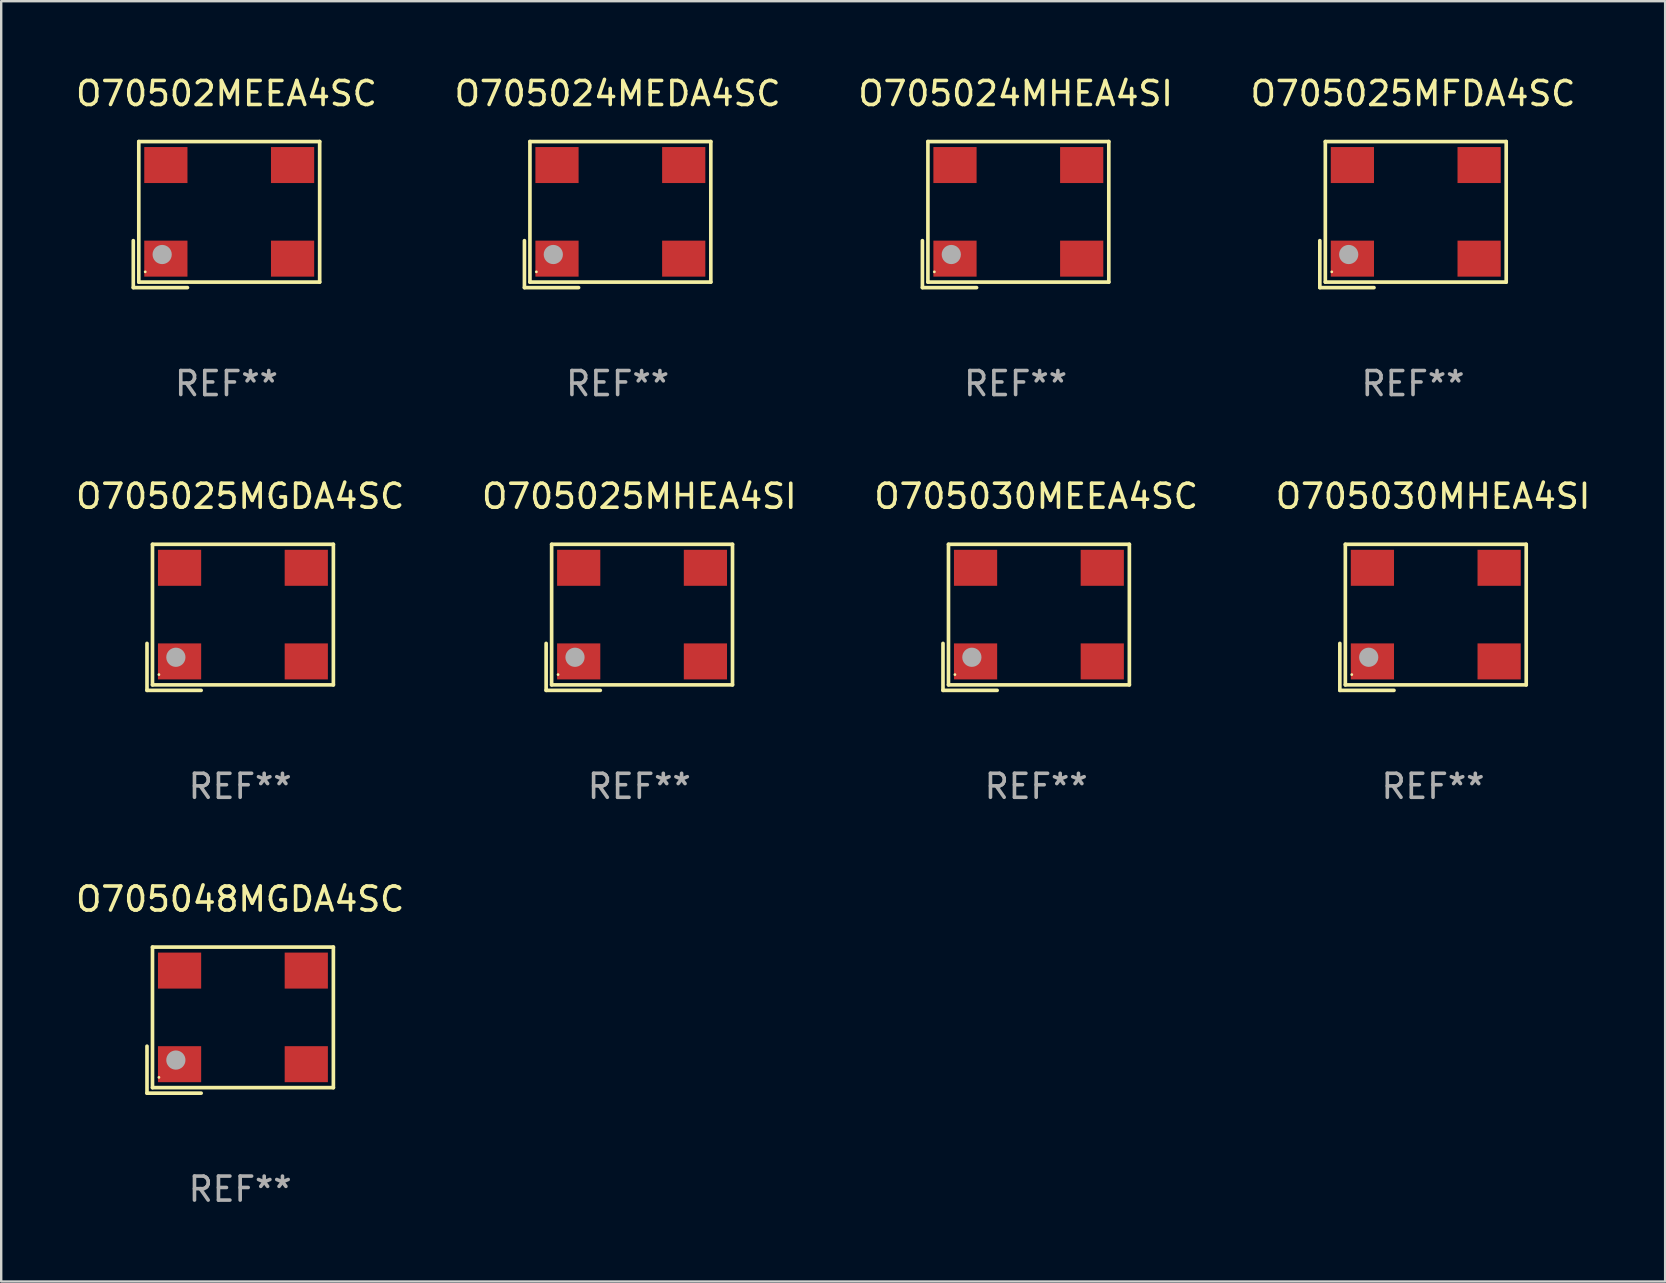
<source format=kicad_pcb>
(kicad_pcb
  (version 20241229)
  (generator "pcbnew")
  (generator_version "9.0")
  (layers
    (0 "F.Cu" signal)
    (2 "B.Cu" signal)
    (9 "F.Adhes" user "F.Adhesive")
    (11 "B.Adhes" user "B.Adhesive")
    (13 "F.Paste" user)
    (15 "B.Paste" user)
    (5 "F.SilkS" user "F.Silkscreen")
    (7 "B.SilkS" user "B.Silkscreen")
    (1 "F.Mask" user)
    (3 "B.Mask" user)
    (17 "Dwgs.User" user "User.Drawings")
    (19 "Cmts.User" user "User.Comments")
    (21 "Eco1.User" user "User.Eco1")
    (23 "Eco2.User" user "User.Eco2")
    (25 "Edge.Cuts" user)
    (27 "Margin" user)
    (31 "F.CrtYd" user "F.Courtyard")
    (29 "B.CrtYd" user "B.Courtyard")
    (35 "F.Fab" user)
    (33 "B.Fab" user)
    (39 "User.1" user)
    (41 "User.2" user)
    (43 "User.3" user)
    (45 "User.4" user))
  (footprint "O705024MEDA4SC"
    (layer "F.Cu")
    (at 22.685 5.891)
    (property "Reference" "O705024MEDA4SC" (at 0 -5.043 0) (layer "F.SilkS") (effects (font (size 1 1) (thickness 0.15))))
    (attr through_hole)
    (fp_line (start -3.883 1.086) (end -3.883 3.043) (stroke (width 0.152) (type solid)) (layer "F.SilkS"))
    (fp_line (start -3.883 3.043) (end -1.626 3.043) (stroke (width 0.152) (type solid)) (layer "F.SilkS"))
    (fp_line (start -3.654 -3.043) (end 3.883 -3.043) (stroke (width 0.152) (type solid)) (layer "F.SilkS"))
    (fp_line (start -3.654 2.814) (end -3.654 -3.043) (stroke (width 0.152) (type solid)) (layer "F.SilkS"))
    (fp_line (start 3.883 -3.043) (end 3.883 2.814) (stroke (width 0.152) (type solid)) (layer "F.SilkS"))
    (fp_line (start 3.883 2.814) (end -3.654 2.814) (stroke (width 0.152) (type solid)) (layer "F.SilkS"))
    (fp_circle (center -3.386 2.386) (end -3.356 2.386) (stroke (width 0.06) (type solid)) (fill no) (layer "F.SilkS"))
    (fp_circle (center -2.68 1.664) (end -2.48 1.664) (stroke (width 0.4) (type solid)) (fill no) (layer "F.Fab"))
    (fp_text user "REF**" (at 0 7.043 0) (layer "F.Fab") (effects (font (size 1 1) (thickness 0.15))))
    (pad "1" smd rect (at -2.526 1.836) (size 1.8 1.5) (layers "F.Cu" "F.Mask" "F.Paste"))
    (pad "2" smd rect (at 2.754 1.836) (size 1.8 1.5) (layers "F.Cu" "F.Mask" "F.Paste"))
    (pad "3" smd rect (at 2.754 -2.064) (size 1.8 1.5) (layers "F.Cu" "F.Mask" "F.Paste"))
    (pad "4" smd rect (at -2.526 -2.064) (size 1.8 1.5) (layers "F.Cu" "F.Mask" "F.Paste")))
  (footprint "O705030MEEA4SC"
    (layer "F.Cu")
    (at 40.125 22.673)
    (property "Reference" "O705030MEEA4SC" (at 0 -5.043 0) (layer "F.SilkS") (effects (font (size 1 1) (thickness 0.15))))
    (attr through_hole)
    (fp_line (start -3.883 1.086) (end -3.883 3.043) (stroke (width 0.152) (type solid)) (layer "F.SilkS"))
    (fp_line (start -3.883 3.043) (end -1.626 3.043) (stroke (width 0.152) (type solid)) (layer "F.SilkS"))
    (fp_line (start -3.654 -3.043) (end 3.883 -3.043) (stroke (width 0.152) (type solid)) (layer "F.SilkS"))
    (fp_line (start -3.654 2.814) (end -3.654 -3.043) (stroke (width 0.152) (type solid)) (layer "F.SilkS"))
    (fp_line (start 3.883 -3.043) (end 3.883 2.814) (stroke (width 0.152) (type solid)) (layer "F.SilkS"))
    (fp_line (start 3.883 2.814) (end -3.654 2.814) (stroke (width 0.152) (type solid)) (layer "F.SilkS"))
    (fp_circle (center -3.386 2.386) (end -3.356 2.386) (stroke (width 0.06) (type solid)) (fill no) (layer "F.SilkS"))
    (fp_circle (center -2.68 1.664) (end -2.48 1.664) (stroke (width 0.4) (type solid)) (fill no) (layer "F.Fab"))
    (fp_text user "REF**" (at 0 7.043 0) (layer "F.Fab") (effects (font (size 1 1) (thickness 0.15))))
    (pad "1" smd rect (at -2.526 1.836) (size 1.8 1.5) (layers "F.Cu" "F.Mask" "F.Paste"))
    (pad "2" smd rect (at 2.754 1.836) (size 1.8 1.5) (layers "F.Cu" "F.Mask" "F.Paste"))
    (pad "3" smd rect (at 2.754 -2.064) (size 1.8 1.5) (layers "F.Cu" "F.Mask" "F.Paste"))
    (pad "4" smd rect (at -2.526 -2.064) (size 1.8 1.5) (layers "F.Cu" "F.Mask" "F.Paste")))
  (footprint "O70502MEEA4SC"
    (layer "F.Cu")
    (at 6.387 5.891)
    (property "Reference" "O70502MEEA4SC" (at 0 -5.043 0) (layer "F.SilkS") (effects (font (size 1 1) (thickness 0.15))))
    (attr through_hole)
    (fp_line (start -3.883 1.086) (end -3.883 3.043) (stroke (width 0.152) (type solid)) (layer "F.SilkS"))
    (fp_line (start -3.883 3.043) (end -1.626 3.043) (stroke (width 0.152) (type solid)) (layer "F.SilkS"))
    (fp_line (start -3.654 -3.043) (end 3.883 -3.043) (stroke (width 0.152) (type solid)) (layer "F.SilkS"))
    (fp_line (start -3.654 2.814) (end -3.654 -3.043) (stroke (width 0.152) (type solid)) (layer "F.SilkS"))
    (fp_line (start 3.883 -3.043) (end 3.883 2.814) (stroke (width 0.152) (type solid)) (layer "F.SilkS"))
    (fp_line (start 3.883 2.814) (end -3.654 2.814) (stroke (width 0.152) (type solid)) (layer "F.SilkS"))
    (fp_circle (center -3.386 2.386) (end -3.356 2.386) (stroke (width 0.06) (type solid)) (fill no) (layer "F.SilkS"))
    (fp_circle (center -2.68 1.664) (end -2.48 1.664) (stroke (width 0.4) (type solid)) (fill no) (layer "F.Fab"))
    (fp_text user "REF**" (at 0 7.043 0) (layer "F.Fab") (effects (font (size 1 1) (thickness 0.15))))
    (pad "1" smd rect (at -2.526 1.836) (size 1.8 1.5) (layers "F.Cu" "F.Mask" "F.Paste"))
    (pad "2" smd rect (at 2.754 1.836) (size 1.8 1.5) (layers "F.Cu" "F.Mask" "F.Paste"))
    (pad "3" smd rect (at 2.754 -2.064) (size 1.8 1.5) (layers "F.Cu" "F.Mask" "F.Paste"))
    (pad "4" smd rect (at -2.526 -2.064) (size 1.8 1.5) (layers "F.Cu" "F.Mask" "F.Paste")))
  (footprint "O705048MGDA4SC"
    (layer "F.Cu")
    (at 6.958 39.456)
    (property "Reference" "O705048MGDA4SC" (at 0 -5.043 0) (layer "F.SilkS") (effects (font (size 1 1) (thickness 0.15))))
    (attr through_hole)
    (fp_line (start -3.883 1.086) (end -3.883 3.043) (stroke (width 0.152) (type solid)) (layer "F.SilkS"))
    (fp_line (start -3.883 3.043) (end -1.626 3.043) (stroke (width 0.152) (type solid)) (layer "F.SilkS"))
    (fp_line (start -3.654 -3.043) (end 3.883 -3.043) (stroke (width 0.152) (type solid)) (layer "F.SilkS"))
    (fp_line (start -3.654 2.814) (end -3.654 -3.043) (stroke (width 0.152) (type solid)) (layer "F.SilkS"))
    (fp_line (start 3.883 -3.043) (end 3.883 2.814) (stroke (width 0.152) (type solid)) (layer "F.SilkS"))
    (fp_line (start 3.883 2.814) (end -3.654 2.814) (stroke (width 0.152) (type solid)) (layer "F.SilkS"))
    (fp_circle (center -3.386 2.386) (end -3.356 2.386) (stroke (width 0.06) (type solid)) (fill no) (layer "F.SilkS"))
    (fp_circle (center -2.68 1.664) (end -2.48 1.664) (stroke (width 0.4) (type solid)) (fill no) (layer "F.Fab"))
    (fp_text user "REF**" (at 0 7.043 0) (layer "F.Fab") (effects (font (size 1 1) (thickness 0.15))))
    (pad "1" smd rect (at -2.526 1.836) (size 1.8 1.5) (layers "F.Cu" "F.Mask" "F.Paste"))
    (pad "2" smd rect (at 2.754 1.836) (size 1.8 1.5) (layers "F.Cu" "F.Mask" "F.Paste"))
    (pad "3" smd rect (at 2.754 -2.064) (size 1.8 1.5) (layers "F.Cu" "F.Mask" "F.Paste"))
    (pad "4" smd rect (at -2.526 -2.064) (size 1.8 1.5) (layers "F.Cu" "F.Mask" "F.Paste")))
  (footprint "O705025MHEA4SI"
    (layer "F.Cu")
    (at 23.589 22.673)
    (property "Reference" "O705025MHEA4SI" (at 0 -5.043 0) (layer "F.SilkS") (effects (font (size 1 1) (thickness 0.15))))
    (attr through_hole)
    (fp_line (start -3.883 1.086) (end -3.883 3.043) (stroke (width 0.152) (type solid)) (layer "F.SilkS"))
    (fp_line (start -3.883 3.043) (end -1.626 3.043) (stroke (width 0.152) (type solid)) (layer "F.SilkS"))
    (fp_line (start -3.654 -3.043) (end 3.883 -3.043) (stroke (width 0.152) (type solid)) (layer "F.SilkS"))
    (fp_line (start -3.654 2.814) (end -3.654 -3.043) (stroke (width 0.152) (type solid)) (layer "F.SilkS"))
    (fp_line (start 3.883 -3.043) (end 3.883 2.814) (stroke (width 0.152) (type solid)) (layer "F.SilkS"))
    (fp_line (start 3.883 2.814) (end -3.654 2.814) (stroke (width 0.152) (type solid)) (layer "F.SilkS"))
    (fp_circle (center -3.386 2.386) (end -3.356 2.386) (stroke (width 0.06) (type solid)) (fill no) (layer "F.SilkS"))
    (fp_circle (center -2.68 1.664) (end -2.48 1.664) (stroke (width 0.4) (type solid)) (fill no) (layer "F.Fab"))
    (fp_text user "REF**" (at 0 7.043 0) (layer "F.Fab") (effects (font (size 1 1) (thickness 0.15))))
    (pad "1" smd rect (at -2.526 1.836) (size 1.8 1.5) (layers "F.Cu" "F.Mask" "F.Paste"))
    (pad "2" smd rect (at 2.754 1.836) (size 1.8 1.5) (layers "F.Cu" "F.Mask" "F.Paste"))
    (pad "3" smd rect (at 2.754 -2.064) (size 1.8 1.5) (layers "F.Cu" "F.Mask" "F.Paste"))
    (pad "4" smd rect (at -2.526 -2.064) (size 1.8 1.5) (layers "F.Cu" "F.Mask" "F.Paste")))
  (footprint "O705025MFDA4SC"
    (layer "F.Cu")
    (at 55.827 5.891)
    (property "Reference" "O705025MFDA4SC" (at 0 -5.043 0) (layer "F.SilkS") (effects (font (size 1 1) (thickness 0.15))))
    (attr through_hole)
    (fp_line (start -3.883 1.086) (end -3.883 3.043) (stroke (width 0.152) (type solid)) (layer "F.SilkS"))
    (fp_line (start -3.883 3.043) (end -1.626 3.043) (stroke (width 0.152) (type solid)) (layer "F.SilkS"))
    (fp_line (start -3.654 -3.043) (end 3.883 -3.043) (stroke (width 0.152) (type solid)) (layer "F.SilkS"))
    (fp_line (start -3.654 2.814) (end -3.654 -3.043) (stroke (width 0.152) (type solid)) (layer "F.SilkS"))
    (fp_line (start 3.883 -3.043) (end 3.883 2.814) (stroke (width 0.152) (type solid)) (layer "F.SilkS"))
    (fp_line (start 3.883 2.814) (end -3.654 2.814) (stroke (width 0.152) (type solid)) (layer "F.SilkS"))
    (fp_circle (center -3.386 2.386) (end -3.356 2.386) (stroke (width 0.06) (type solid)) (fill no) (layer "F.SilkS"))
    (fp_circle (center -2.68 1.664) (end -2.48 1.664) (stroke (width 0.4) (type solid)) (fill no) (layer "F.Fab"))
    (fp_text user "REF**" (at 0 7.043 0) (layer "F.Fab") (effects (font (size 1 1) (thickness 0.15))))
    (pad "1" smd rect (at -2.526 1.836) (size 1.8 1.5) (layers "F.Cu" "F.Mask" "F.Paste"))
    (pad "2" smd rect (at 2.754 1.836) (size 1.8 1.5) (layers "F.Cu" "F.Mask" "F.Paste"))
    (pad "3" smd rect (at 2.754 -2.064) (size 1.8 1.5) (layers "F.Cu" "F.Mask" "F.Paste"))
    (pad "4" smd rect (at -2.526 -2.064) (size 1.8 1.5) (layers "F.Cu" "F.Mask" "F.Paste")))
  (footprint "O705024MHEA4SI"
    (layer "F.Cu")
    (at 39.268 5.891)
    (property "Reference" "O705024MHEA4SI" (at 0 -5.043 0) (layer "F.SilkS") (effects (font (size 1 1) (thickness 0.15))))
    (attr through_hole)
    (fp_line (start -3.883 1.086) (end -3.883 3.043) (stroke (width 0.152) (type solid)) (layer "F.SilkS"))
    (fp_line (start -3.883 3.043) (end -1.626 3.043) (stroke (width 0.152) (type solid)) (layer "F.SilkS"))
    (fp_line (start -3.654 -3.043) (end 3.883 -3.043) (stroke (width 0.152) (type solid)) (layer "F.SilkS"))
    (fp_line (start -3.654 2.814) (end -3.654 -3.043) (stroke (width 0.152) (type solid)) (layer "F.SilkS"))
    (fp_line (start 3.883 -3.043) (end 3.883 2.814) (stroke (width 0.152) (type solid)) (layer "F.SilkS"))
    (fp_line (start 3.883 2.814) (end -3.654 2.814) (stroke (width 0.152) (type solid)) (layer "F.SilkS"))
    (fp_circle (center -3.386 2.386) (end -3.356 2.386) (stroke (width 0.06) (type solid)) (fill no) (layer "F.SilkS"))
    (fp_circle (center -2.68 1.664) (end -2.48 1.664) (stroke (width 0.4) (type solid)) (fill no) (layer "F.Fab"))
    (fp_text user "REF**" (at 0 7.043 0) (layer "F.Fab") (effects (font (size 1 1) (thickness 0.15))))
    (pad "1" smd rect (at -2.526 1.836) (size 1.8 1.5) (layers "F.Cu" "F.Mask" "F.Paste"))
    (pad "2" smd rect (at 2.754 1.836) (size 1.8 1.5) (layers "F.Cu" "F.Mask" "F.Paste"))
    (pad "3" smd rect (at 2.754 -2.064) (size 1.8 1.5) (layers "F.Cu" "F.Mask" "F.Paste"))
    (pad "4" smd rect (at -2.526 -2.064) (size 1.8 1.5) (layers "F.Cu" "F.Mask" "F.Paste")))
  (footprint "O705025MGDA4SC"
    (layer "F.Cu")
    (at 6.958 22.673)
    (property "Reference" "O705025MGDA4SC" (at 0 -5.043 0) (layer "F.SilkS") (effects (font (size 1 1) (thickness 0.15))))
    (attr through_hole)
    (fp_line (start -3.883 1.086) (end -3.883 3.043) (stroke (width 0.152) (type solid)) (layer "F.SilkS"))
    (fp_line (start -3.883 3.043) (end -1.626 3.043) (stroke (width 0.152) (type solid)) (layer "F.SilkS"))
    (fp_line (start -3.654 -3.043) (end 3.883 -3.043) (stroke (width 0.152) (type solid)) (layer "F.SilkS"))
    (fp_line (start -3.654 2.814) (end -3.654 -3.043) (stroke (width 0.152) (type solid)) (layer "F.SilkS"))
    (fp_line (start 3.883 -3.043) (end 3.883 2.814) (stroke (width 0.152) (type solid)) (layer "F.SilkS"))
    (fp_line (start 3.883 2.814) (end -3.654 2.814) (stroke (width 0.152) (type solid)) (layer "F.SilkS"))
    (fp_circle (center -3.386 2.386) (end -3.356 2.386) (stroke (width 0.06) (type solid)) (fill no) (layer "F.SilkS"))
    (fp_circle (center -2.68 1.664) (end -2.48 1.664) (stroke (width 0.4) (type solid)) (fill no) (layer "F.Fab"))
    (fp_text user "REF**" (at 0 7.043 0) (layer "F.Fab") (effects (font (size 1 1) (thickness 0.15))))
    (pad "1" smd rect (at -2.526 1.836) (size 1.8 1.5) (layers "F.Cu" "F.Mask" "F.Paste"))
    (pad "2" smd rect (at 2.754 1.836) (size 1.8 1.5) (layers "F.Cu" "F.Mask" "F.Paste"))
    (pad "3" smd rect (at 2.754 -2.064) (size 1.8 1.5) (layers "F.Cu" "F.Mask" "F.Paste"))
    (pad "4" smd rect (at -2.526 -2.064) (size 1.8 1.5) (layers "F.Cu" "F.Mask" "F.Paste")))
  (footprint "O705030MHEA4SI"
    (layer "F.Cu")
    (at 56.661 22.673)
    (property "Reference" "O705030MHEA4SI" (at 0 -5.043 0) (layer "F.SilkS") (effects (font (size 1 1) (thickness 0.15))))
    (attr through_hole)
    (fp_line (start -3.883 1.086) (end -3.883 3.043) (stroke (width 0.152) (type solid)) (layer "F.SilkS"))
    (fp_line (start -3.883 3.043) (end -1.626 3.043) (stroke (width 0.152) (type solid)) (layer "F.SilkS"))
    (fp_line (start -3.654 -3.043) (end 3.883 -3.043) (stroke (width 0.152) (type solid)) (layer "F.SilkS"))
    (fp_line (start -3.654 2.814) (end -3.654 -3.043) (stroke (width 0.152) (type solid)) (layer "F.SilkS"))
    (fp_line (start 3.883 -3.043) (end 3.883 2.814) (stroke (width 0.152) (type solid)) (layer "F.SilkS"))
    (fp_line (start 3.883 2.814) (end -3.654 2.814) (stroke (width 0.152) (type solid)) (layer "F.SilkS"))
    (fp_circle (center -3.386 2.386) (end -3.356 2.386) (stroke (width 0.06) (type solid)) (fill no) (layer "F.SilkS"))
    (fp_circle (center -2.68 1.664) (end -2.48 1.664) (stroke (width 0.4) (type solid)) (fill no) (layer "F.Fab"))
    (fp_text user "REF**" (at 0 7.043 0) (layer "F.Fab") (effects (font (size 1 1) (thickness 0.15))))
    (pad "1" smd rect (at -2.526 1.836) (size 1.8 1.5) (layers "F.Cu" "F.Mask" "F.Paste"))
    (pad "2" smd rect (at 2.754 1.836) (size 1.8 1.5) (layers "F.Cu" "F.Mask" "F.Paste"))
    (pad "3" smd rect (at 2.754 -2.064) (size 1.8 1.5) (layers "F.Cu" "F.Mask" "F.Paste"))
    (pad "4" smd rect (at -2.526 -2.064) (size 1.8 1.5) (layers "F.Cu" "F.Mask" "F.Paste")))
  (gr_rect
    (start -3 -3)
    (end 66.333 50.347)
    (stroke (width 0.1) (type default))
    (fill no)
    (layer "Edge.Cuts")))
</source>
